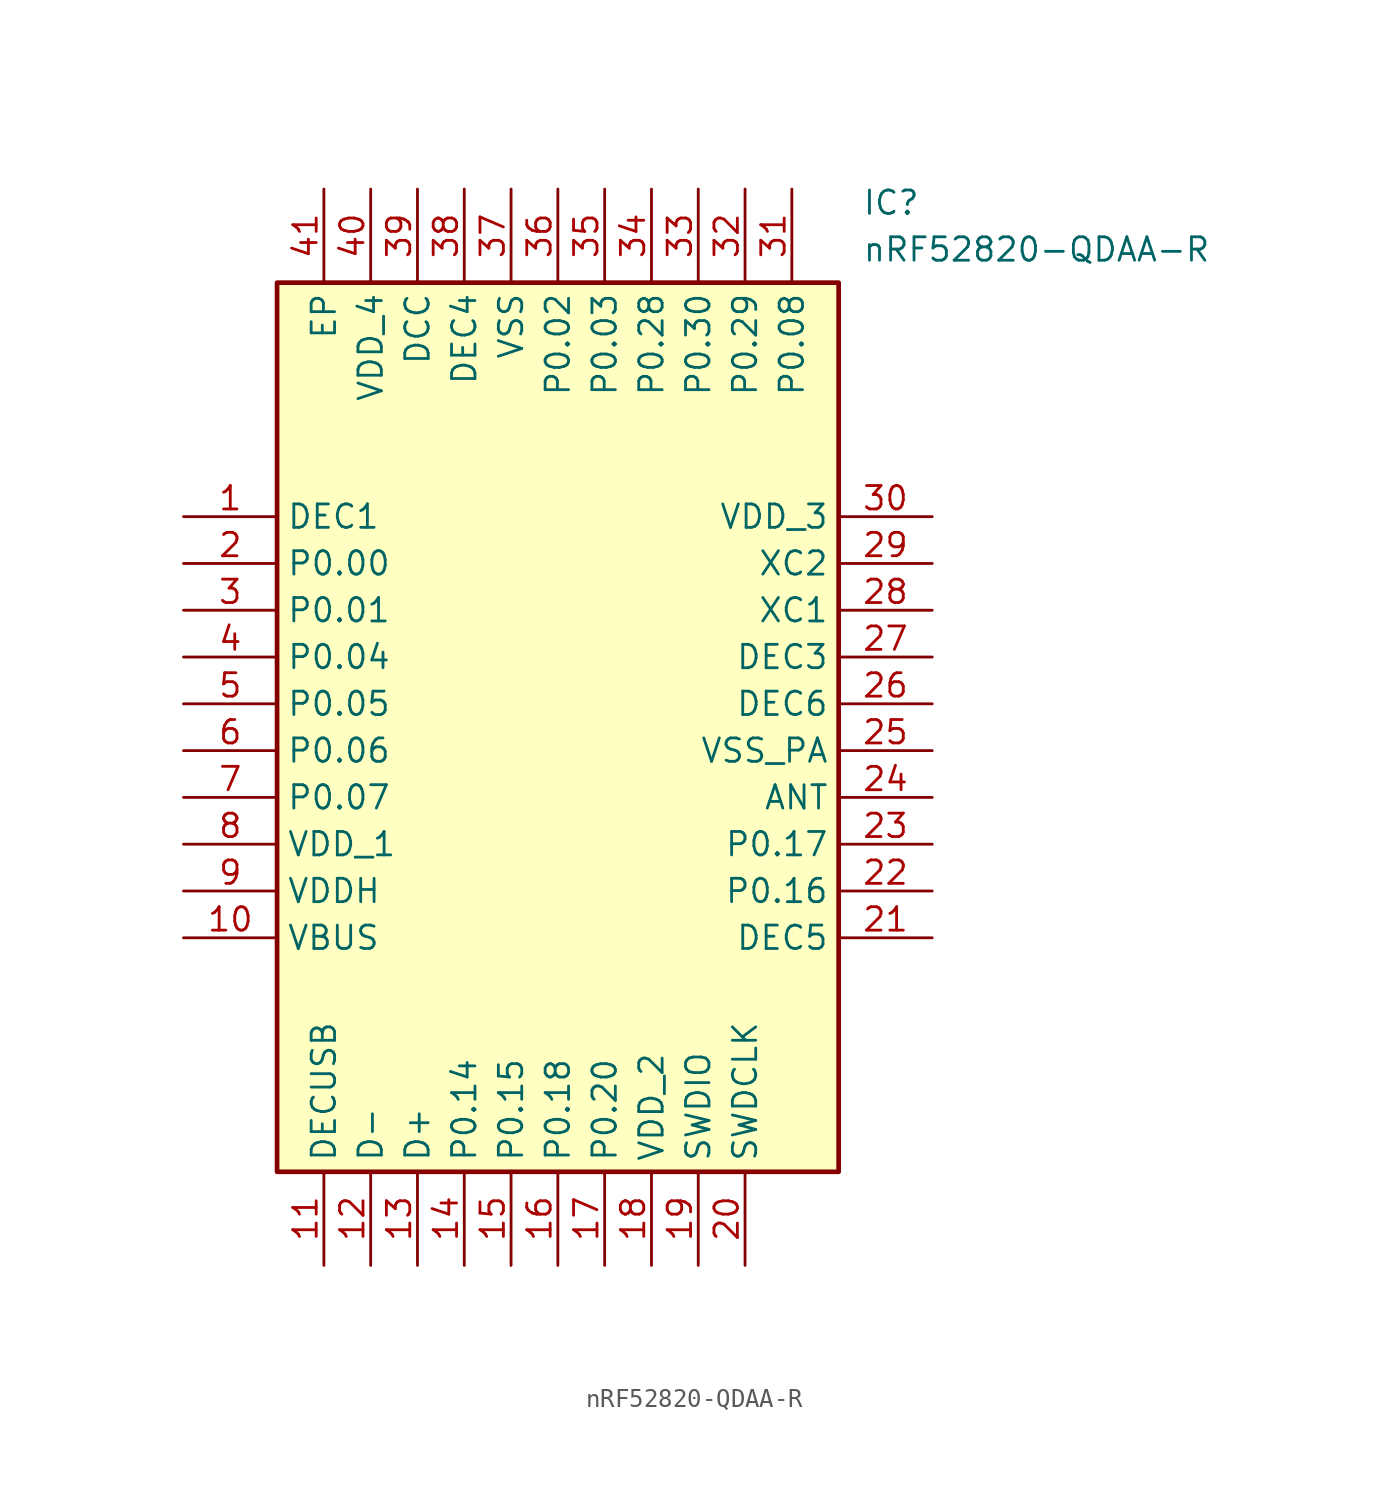
<source format=kicad_sym>
(kicad_symbol_lib
  (version 20211014)
  (generator SamacSys_ECAD_Model)
  (symbol "nRF52820-QDAA-R"
    (property "Reference" "IC"
      (at 36.83 17.78 0)
      (effects (font (size 1.27 1.27)) (justify left top)))
    (property "Value" "nRF52820-QDAA-R"
      (at 36.83 15.24 0)
      (effects (font (size 1.27 1.27)) (justify left top)))
    (rectangle
      (start 5.08 12.7)
      (end 35.56 -35.56)
      (stroke (width 0.254) (type default))
      (fill (type background)))
    (pin passive line
      (at 0 0 0)
      (length 5.08)
      (name "DEC1" (effects (font (size 1.27 1.27))))
      (number "1" (effects (font (size 1.27 1.27)))))
    (pin passive line
      (at 0 -2.54 0)
      (length 5.08)
      (name "P0.00" (effects (font (size 1.27 1.27))))
      (number "2" (effects (font (size 1.27 1.27)))))
    (pin passive line
      (at 0 -5.08 0)
      (length 5.08)
      (name "P0.01" (effects (font (size 1.27 1.27))))
      (number "3" (effects (font (size 1.27 1.27)))))
    (pin passive line
      (at 0 -7.62 0)
      (length 5.08)
      (name "P0.04" (effects (font (size 1.27 1.27))))
      (number "4" (effects (font (size 1.27 1.27)))))
    (pin passive line
      (at 0 -10.16 0)
      (length 5.08)
      (name "P0.05" (effects (font (size 1.27 1.27))))
      (number "5" (effects (font (size 1.27 1.27)))))
    (pin passive line
      (at 0 -12.7 0)
      (length 5.08)
      (name "P0.06" (effects (font (size 1.27 1.27))))
      (number "6" (effects (font (size 1.27 1.27)))))
    (pin passive line
      (at 0 -15.24 0)
      (length 5.08)
      (name "P0.07" (effects (font (size 1.27 1.27))))
      (number "7" (effects (font (size 1.27 1.27)))))
    (pin passive line
      (at 0 -17.78 0)
      (length 5.08)
      (name "VDD_1" (effects (font (size 1.27 1.27))))
      (number "8" (effects (font (size 1.27 1.27)))))
    (pin passive line
      (at 0 -20.32 0)
      (length 5.08)
      (name "VDDH" (effects (font (size 1.27 1.27))))
      (number "9" (effects (font (size 1.27 1.27)))))
    (pin passive line
      (at 0 -22.86 0)
      (length 5.08)
      (name "VBUS" (effects (font (size 1.27 1.27))))
      (number "10" (effects (font (size 1.27 1.27)))))
    (pin passive line
      (at 7.62 -40.64 90)
      (length 5.08)
      (name "DECUSB" (effects (font (size 1.27 1.27))))
      (number "11" (effects (font (size 1.27 1.27)))))
    (pin passive line
      (at 10.16 -40.64 90)
      (length 5.08)
      (name "D-" (effects (font (size 1.27 1.27))))
      (number "12" (effects (font (size 1.27 1.27)))))
    (pin passive line
      (at 12.7 -40.64 90)
      (length 5.08)
      (name "D+" (effects (font (size 1.27 1.27))))
      (number "13" (effects (font (size 1.27 1.27)))))
    (pin passive line
      (at 15.24 -40.64 90)
      (length 5.08)
      (name "P0.14" (effects (font (size 1.27 1.27))))
      (number "14" (effects (font (size 1.27 1.27)))))
    (pin passive line
      (at 17.78 -40.64 90)
      (length 5.08)
      (name "P0.15" (effects (font (size 1.27 1.27))))
      (number "15" (effects (font (size 1.27 1.27)))))
    (pin passive line
      (at 20.32 -40.64 90)
      (length 5.08)
      (name "P0.18" (effects (font (size 1.27 1.27))))
      (number "16" (effects (font (size 1.27 1.27)))))
    (pin passive line
      (at 22.86 -40.64 90)
      (length 5.08)
      (name "P0.20" (effects (font (size 1.27 1.27))))
      (number "17" (effects (font (size 1.27 1.27)))))
    (pin passive line
      (at 25.4 -40.64 90)
      (length 5.08)
      (name "VDD_2" (effects (font (size 1.27 1.27))))
      (number "18" (effects (font (size 1.27 1.27)))))
    (pin passive line
      (at 27.94 -40.64 90)
      (length 5.08)
      (name "SWDIO" (effects (font (size 1.27 1.27))))
      (number "19" (effects (font (size 1.27 1.27)))))
    (pin passive line
      (at 30.48 -40.64 90)
      (length 5.08)
      (name "SWDCLK" (effects (font (size 1.27 1.27))))
      (number "20" (effects (font (size 1.27 1.27)))))
    (pin passive line
      (at 40.64 0 180)
      (length 5.08)
      (name "VDD_3" (effects (font (size 1.27 1.27))))
      (number "30" (effects (font (size 1.27 1.27)))))
    (pin passive line
      (at 40.64 -2.54 180)
      (length 5.08)
      (name "XC2" (effects (font (size 1.27 1.27))))
      (number "29" (effects (font (size 1.27 1.27)))))
    (pin passive line
      (at 40.64 -5.08 180)
      (length 5.08)
      (name "XC1" (effects (font (size 1.27 1.27))))
      (number "28" (effects (font (size 1.27 1.27)))))
    (pin passive line
      (at 40.64 -7.62 180)
      (length 5.08)
      (name "DEC3" (effects (font (size 1.27 1.27))))
      (number "27" (effects (font (size 1.27 1.27)))))
    (pin passive line
      (at 40.64 -10.16 180)
      (length 5.08)
      (name "DEC6" (effects (font (size 1.27 1.27))))
      (number "26" (effects (font (size 1.27 1.27)))))
    (pin passive line
      (at 40.64 -12.7 180)
      (length 5.08)
      (name "VSS_PA" (effects (font (size 1.27 1.27))))
      (number "25" (effects (font (size 1.27 1.27)))))
    (pin passive line
      (at 40.64 -15.24 180)
      (length 5.08)
      (name "ANT" (effects (font (size 1.27 1.27))))
      (number "24" (effects (font (size 1.27 1.27)))))
    (pin passive line
      (at 40.64 -17.78 180)
      (length 5.08)
      (name "P0.17" (effects (font (size 1.27 1.27))))
      (number "23" (effects (font (size 1.27 1.27)))))
    (pin passive line
      (at 40.64 -20.32 180)
      (length 5.08)
      (name "P0.16" (effects (font (size 1.27 1.27))))
      (number "22" (effects (font (size 1.27 1.27)))))
    (pin passive line
      (at 40.64 -22.86 180)
      (length 5.08)
      (name "DEC5" (effects (font (size 1.27 1.27))))
      (number "21" (effects (font (size 1.27 1.27)))))
    (pin passive line
      (at 7.62 17.78 270)
      (length 5.08)
      (name "EP" (effects (font (size 1.27 1.27))))
      (number "41" (effects (font (size 1.27 1.27)))))
    (pin passive line
      (at 10.16 17.78 270)
      (length 5.08)
      (name "VDD_4" (effects (font (size 1.27 1.27))))
      (number "40" (effects (font (size 1.27 1.27)))))
    (pin passive line
      (at 12.7 17.78 270)
      (length 5.08)
      (name "DCC" (effects (font (size 1.27 1.27))))
      (number "39" (effects (font (size 1.27 1.27)))))
    (pin passive line
      (at 15.24 17.78 270)
      (length 5.08)
      (name "DEC4" (effects (font (size 1.27 1.27))))
      (number "38" (effects (font (size 1.27 1.27)))))
    (pin passive line
      (at 17.78 17.78 270)
      (length 5.08)
      (name "VSS" (effects (font (size 1.27 1.27))))
      (number "37" (effects (font (size 1.27 1.27)))))
    (pin passive line
      (at 20.32 17.78 270)
      (length 5.08)
      (name "P0.02" (effects (font (size 1.27 1.27))))
      (number "36" (effects (font (size 1.27 1.27)))))
    (pin passive line
      (at 22.86 17.78 270)
      (length 5.08)
      (name "P0.03" (effects (font (size 1.27 1.27))))
      (number "35" (effects (font (size 1.27 1.27)))))
    (pin passive line
      (at 25.4 17.78 270)
      (length 5.08)
      (name "P0.28" (effects (font (size 1.27 1.27))))
      (number "34" (effects (font (size 1.27 1.27)))))
    (pin passive line
      (at 27.94 17.78 270)
      (length 5.08)
      (name "P0.30" (effects (font (size 1.27 1.27))))
      (number "33" (effects (font (size 1.27 1.27)))))
    (pin passive line
      (at 30.48 17.78 270)
      (length 5.08)
      (name "P0.29" (effects (font (size 1.27 1.27))))
      (number "32" (effects (font (size 1.27 1.27)))))
    (pin passive line
      (at 33.02 17.78 270)
      (length 5.08)
      (name "P0.08" (effects (font (size 1.27 1.27))))
      (number "31" (effects (font (size 1.27 1.27)))))))
</source>
